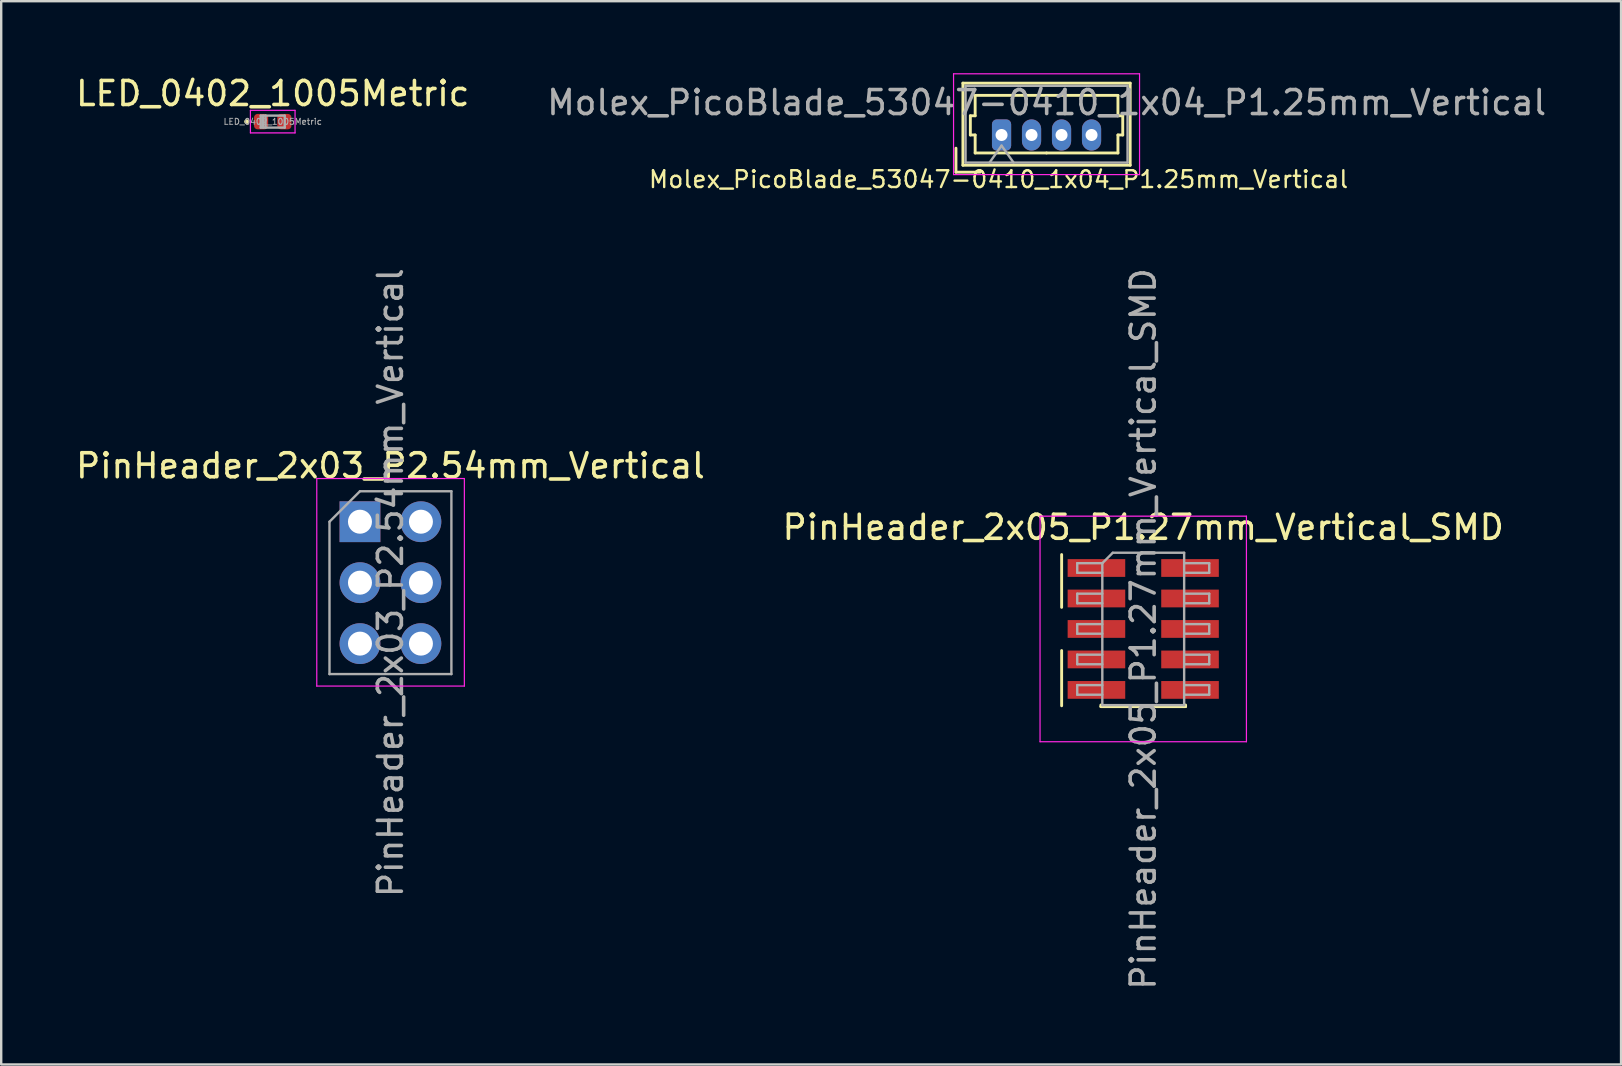
<source format=kicad_pcb>
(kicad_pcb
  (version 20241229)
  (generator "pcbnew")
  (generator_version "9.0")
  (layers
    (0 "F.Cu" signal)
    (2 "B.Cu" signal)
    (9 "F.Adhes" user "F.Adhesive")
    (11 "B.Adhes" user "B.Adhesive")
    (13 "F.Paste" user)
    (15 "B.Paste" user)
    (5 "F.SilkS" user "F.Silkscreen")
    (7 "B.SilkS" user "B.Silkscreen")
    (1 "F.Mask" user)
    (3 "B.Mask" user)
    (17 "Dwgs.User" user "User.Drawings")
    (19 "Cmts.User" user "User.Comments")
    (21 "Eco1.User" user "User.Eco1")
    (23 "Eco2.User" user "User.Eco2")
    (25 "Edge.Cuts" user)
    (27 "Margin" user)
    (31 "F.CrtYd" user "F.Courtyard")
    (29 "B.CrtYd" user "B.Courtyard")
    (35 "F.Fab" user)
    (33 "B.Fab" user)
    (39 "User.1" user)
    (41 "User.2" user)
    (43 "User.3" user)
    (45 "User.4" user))
  (footprint "Molex_PicoBlade_53047-0410_1x04_P1.25mm_Vertical"
    (layer "F.Cu")
    (at 38.685 2.575)
    (property "Reference" "Molex_PicoBlade_53047-0410_1x04_P1.25mm_Vertical" (at -0.125 1.85 0) (layer "F.SilkS") (effects (font (size 0.7 0.7) (thickness 0.1))))
    (attr through_hole)
    (fp_line (start -1.9 1.55) (end -1.9 0.55) (stroke (width 0.12) (type solid)) (layer "F.SilkS"))
    (fp_line (start -1.9 1.55) (end -0.9 1.55) (stroke (width 0.12) (type solid)) (layer "F.SilkS"))
    (fp_line (start -1.61 -2.16) (end -1.61 1.26) (stroke (width 0.12) (type solid)) (layer "F.SilkS"))
    (fp_line (start -1.61 1.26) (end 5.36 1.26) (stroke (width 0.12) (type solid)) (layer "F.SilkS"))
    (fp_line (start -1.3 -0.8) (end -1.1 -0.8) (stroke (width 0.12) (type solid)) (layer "F.SilkS"))
    (fp_line (start -1.3 0) (end -1.3 -0.8) (stroke (width 0.12) (type solid)) (layer "F.SilkS"))
    (fp_line (start -1.1 -1.65) (end 1.875 -1.65) (stroke (width 0.12) (type solid)) (layer "F.SilkS"))
    (fp_line (start -1.1 -0.8) (end -1.1 -1.65) (stroke (width 0.12) (type solid)) (layer "F.SilkS"))
    (fp_line (start -1.1 0) (end -1.3 0) (stroke (width 0.12) (type solid)) (layer "F.SilkS"))
    (fp_line (start -1.1 0.75) (end -1.1 0) (stroke (width 0.12) (type solid)) (layer "F.SilkS"))
    (fp_line (start 1.875 0.75) (end -1.1 0.75) (stroke (width 0.12) (type solid)) (layer "F.SilkS"))
    (fp_line (start 1.875 0.75) (end 4.85 0.75) (stroke (width 0.12) (type solid)) (layer "F.SilkS"))
    (fp_line (start 4.85 -1.65) (end 1.875 -1.65) (stroke (width 0.12) (type solid)) (layer "F.SilkS"))
    (fp_line (start 4.85 -0.8) (end 4.85 -1.65) (stroke (width 0.12) (type solid)) (layer "F.SilkS"))
    (fp_line (start 4.85 0) (end 5.05 0) (stroke (width 0.12) (type solid)) (layer "F.SilkS"))
    (fp_line (start 4.85 0.75) (end 4.85 0) (stroke (width 0.12) (type solid)) (layer "F.SilkS"))
    (fp_line (start 5.05 -0.8) (end 4.85 -0.8) (stroke (width 0.12) (type solid)) (layer "F.SilkS"))
    (fp_line (start 5.05 0) (end 5.05 -0.8) (stroke (width 0.12) (type solid)) (layer "F.SilkS"))
    (fp_line (start 5.36 -2.16) (end -1.61 -2.16) (stroke (width 0.12) (type solid)) (layer "F.SilkS"))
    (fp_line (start 5.36 1.26) (end 5.36 -2.16) (stroke (width 0.12) (type solid)) (layer "F.SilkS"))
    (fp_line (start -2 -2.55) (end -2 1.65) (stroke (width 0.05) (type solid)) (layer "F.CrtYd"))
    (fp_line (start -2 1.65) (end 5.75 1.65) (stroke (width 0.05) (type solid)) (layer "F.CrtYd"))
    (fp_line (start 5.75 -2.55) (end -2 -2.55) (stroke (width 0.05) (type solid)) (layer "F.CrtYd"))
    (fp_line (start 5.75 1.65) (end 5.75 -2.55) (stroke (width 0.05) (type solid)) (layer "F.CrtYd"))
    (fp_line (start -1.5 -2.05) (end -1.5 1.15) (stroke (width 0.1) (type solid)) (layer "F.Fab"))
    (fp_line (start -1.5 1.15) (end 5.25 1.15) (stroke (width 0.1) (type solid)) (layer "F.Fab"))
    (fp_line (start -0.5 1.15) (end 0 0.443) (stroke (width 0.1) (type solid)) (layer "F.Fab"))
    (fp_line (start 0 0.443) (end 0.5 1.15) (stroke (width 0.1) (type solid)) (layer "F.Fab"))
    (fp_line (start 5.25 -2.05) (end -1.5 -2.05) (stroke (width 0.1) (type solid)) (layer "F.Fab"))
    (fp_line (start 5.25 1.15) (end 5.25 -2.05) (stroke (width 0.1) (type solid)) (layer "F.Fab"))
    (fp_text user "${REFERENCE}" (at 1.88 -1.35 0) (layer "F.Fab") (effects (font (size 1 1) (thickness 0.15))))
    (pad "1" thru_hole roundrect (at 0 0) (size 0.8 1.3) (drill 0.5) (layers "*.Cu" "*.Mask") (roundrect_rratio 0.25))
    (pad "2" thru_hole oval (at 1.25 0) (size 0.8 1.3) (drill 0.5) (layers "*.Cu" "*.Mask"))
    (pad "3" thru_hole oval (at 2.5 0) (size 0.8 1.3) (drill 0.5) (layers "*.Cu" "*.Mask"))
    (pad "4" thru_hole oval (at 3.75 0) (size 0.8 1.3) (drill 0.5) (layers "*.Cu" "*.Mask")))
  (footprint "PinHeader_2x03_P2.54mm_Vertical"
    (layer "F.Cu")
    (at 11.95 18.69)
    (property "Reference" "PinHeader_2x03_P2.54mm_Vertical" (at 1.27 -2.33 0) (layer "F.SilkS") (effects (font (size 1 1) (thickness 0.15))))
    (attr through_hole)
    (fp_line (start -1.8 -1.8) (end -1.8 6.85) (stroke (width 0.05) (type solid)) (layer "F.CrtYd"))
    (fp_line (start -1.8 6.85) (end 4.35 6.85) (stroke (width 0.05) (type solid)) (layer "F.CrtYd"))
    (fp_line (start 4.35 -1.8) (end -1.8 -1.8) (stroke (width 0.05) (type solid)) (layer "F.CrtYd"))
    (fp_line (start 4.35 6.85) (end 4.35 -1.8) (stroke (width 0.05) (type solid)) (layer "F.CrtYd"))
    (fp_line (start -1.27 0) (end 0 -1.27) (stroke (width 0.1) (type solid)) (layer "F.Fab"))
    (fp_line (start -1.27 6.35) (end -1.27 0) (stroke (width 0.1) (type solid)) (layer "F.Fab"))
    (fp_line (start 0 -1.27) (end 3.81 -1.27) (stroke (width 0.1) (type solid)) (layer "F.Fab"))
    (fp_line (start 3.81 -1.27) (end 3.81 6.35) (stroke (width 0.1) (type solid)) (layer "F.Fab"))
    (fp_line (start 3.81 6.35) (end -1.27 6.35) (stroke (width 0.1) (type solid)) (layer "F.Fab"))
    (fp_text user "${REFERENCE}" (at 1.27 2.54 90) (layer "F.Fab") (effects (font (size 1 1) (thickness 0.15))))
    (pad "1" thru_hole rect (at 0 0) (size 1.7 1.7) (drill 1) (layers "*.Cu" "*.Mask"))
    (pad "2" thru_hole oval (at 2.54 0) (size 1.7 1.7) (drill 1) (layers "*.Cu" "*.Mask"))
    (pad "3" thru_hole oval (at 0 2.54) (size 1.7 1.7) (drill 1) (layers "*.Cu" "*.Mask"))
    (pad "4" thru_hole oval (at 2.54 2.54) (size 1.7 1.7) (drill 1) (layers "*.Cu" "*.Mask"))
    (pad "5" thru_hole oval (at 0 5.08) (size 1.7 1.7) (drill 1) (layers "*.Cu" "*.Mask"))
    (pad "6" thru_hole oval (at 2.54 5.08) (size 1.7 1.7) (drill 1) (layers "*.Cu" "*.Mask")))
  (footprint "LED_0402_1005Metric"
    (layer "F.Cu")
    (at 8.315 2.018)
    (property "Reference" "LED_0402_1005Metric" (at 0 -1.17 0) (layer "F.SilkS") (effects (font (size 1 1) (thickness 0.15))))
    (attr smd)
    (fp_circle (center -1.09 0) (end -1.04 0) (stroke (width 0.1) (type solid)) (fill no) (layer "F.SilkS"))
    (fp_line (start -0.93 -0.47) (end 0.93 -0.47) (stroke (width 0.05) (type solid)) (layer "F.CrtYd"))
    (fp_line (start -0.93 0.47) (end -0.93 -0.47) (stroke (width 0.05) (type solid)) (layer "F.CrtYd"))
    (fp_line (start 0.93 -0.47) (end 0.93 0.47) (stroke (width 0.05) (type solid)) (layer "F.CrtYd"))
    (fp_line (start 0.93 0.47) (end -0.93 0.47) (stroke (width 0.05) (type solid)) (layer "F.CrtYd"))
    (fp_line (start -0.5 -0.25) (end 0.5 -0.25) (stroke (width 0.1) (type solid)) (layer "F.Fab"))
    (fp_line (start -0.5 0.25) (end -0.5 -0.25) (stroke (width 0.1) (type solid)) (layer "F.Fab"))
    (fp_line (start -0.4 0.25) (end -0.4 -0.25) (stroke (width 0.1) (type solid)) (layer "F.Fab"))
    (fp_line (start -0.3 0.25) (end -0.3 -0.25) (stroke (width 0.1) (type solid)) (layer "F.Fab"))
    (fp_line (start 0.5 -0.25) (end 0.5 0.25) (stroke (width 0.1) (type solid)) (layer "F.Fab"))
    (fp_line (start 0.5 0.25) (end -0.5 0.25) (stroke (width 0.1) (type solid)) (layer "F.Fab"))
    (fp_text user "${REFERENCE}" (at 0 0 0) (layer "F.Fab") (effects (font (size 0.25 0.25) (thickness 0.04))))
    (pad "1" smd roundrect (at -0.485 0) (size 0.59 0.64) (layers "F.Cu" "F.Mask" "F.Paste") (roundrect_rratio 0.25))
    (pad "2" smd roundrect (at 0.485 0) (size 0.59 0.64) (layers "F.Cu" "F.Mask" "F.Paste") (roundrect_rratio 0.25)))
  (footprint "PinHeader_2x05_P1.27mm_Vertical_SMD"
    (layer "F.Cu")
    (at 44.589 23.159)
    (property "Reference" "PinHeader_2x05_P1.27mm_Vertical_SMD" (at 0 -4.235 0) (layer "F.SilkS") (effects (font (size 1 1) (thickness 0.15))))
    (attr smd)
    (fp_line (start -3.4 -3.1) (end -3.4 -0.9) (stroke (width 0.12) (type solid)) (layer "F.SilkS"))
    (fp_line (start -3.4 0.9) (end -3.4 3.2) (stroke (width 0.12) (type solid)) (layer "F.SilkS"))
    (fp_line (start -1.765 3.17) (end -1.765 3.235) (stroke (width 0.12) (type solid)) (layer "F.SilkS"))
    (fp_line (start -1.765 3.235) (end 1.765 3.235) (stroke (width 0.12) (type solid)) (layer "F.SilkS"))
    (fp_line (start 1.765 3.17) (end 1.765 3.235) (stroke (width 0.12) (type solid)) (layer "F.SilkS"))
    (fp_line (start -4.3 -4.7) (end -4.3 4.7) (stroke (width 0.05) (type solid)) (layer "F.CrtYd"))
    (fp_line (start -4.3 4.7) (end 4.3 4.7) (stroke (width 0.05) (type solid)) (layer "F.CrtYd"))
    (fp_line (start 4.3 -4.7) (end -4.3 -4.7) (stroke (width 0.05) (type solid)) (layer "F.CrtYd"))
    (fp_line (start 4.3 4.7) (end 4.3 -4.7) (stroke (width 0.05) (type solid)) (layer "F.CrtYd"))
    (fp_line (start -2.75 -2.74) (end -2.75 -2.34) (stroke (width 0.1) (type solid)) (layer "F.Fab"))
    (fp_line (start -2.75 -2.34) (end -1.705 -2.34) (stroke (width 0.1) (type solid)) (layer "F.Fab"))
    (fp_line (start -2.75 -1.47) (end -2.75 -1.07) (stroke (width 0.1) (type solid)) (layer "F.Fab"))
    (fp_line (start -2.75 -1.07) (end -1.705 -1.07) (stroke (width 0.1) (type solid)) (layer "F.Fab"))
    (fp_line (start -2.75 -0.2) (end -2.75 0.2) (stroke (width 0.1) (type solid)) (layer "F.Fab"))
    (fp_line (start -2.75 0.2) (end -1.705 0.2) (stroke (width 0.1) (type solid)) (layer "F.Fab"))
    (fp_line (start -2.75 1.07) (end -2.75 1.47) (stroke (width 0.1) (type solid)) (layer "F.Fab"))
    (fp_line (start -2.75 1.47) (end -1.705 1.47) (stroke (width 0.1) (type solid)) (layer "F.Fab"))
    (fp_line (start -2.75 2.34) (end -2.75 2.74) (stroke (width 0.1) (type solid)) (layer "F.Fab"))
    (fp_line (start -2.75 2.74) (end -1.705 2.74) (stroke (width 0.1) (type solid)) (layer "F.Fab"))
    (fp_line (start -1.705 -2.74) (end -2.75 -2.74) (stroke (width 0.1) (type solid)) (layer "F.Fab"))
    (fp_line (start -1.705 -2.74) (end -1.27 -3.175) (stroke (width 0.1) (type solid)) (layer "F.Fab"))
    (fp_line (start -1.705 -1.47) (end -2.75 -1.47) (stroke (width 0.1) (type solid)) (layer "F.Fab"))
    (fp_line (start -1.705 -0.2) (end -2.75 -0.2) (stroke (width 0.1) (type solid)) (layer "F.Fab"))
    (fp_line (start -1.705 1.07) (end -2.75 1.07) (stroke (width 0.1) (type solid)) (layer "F.Fab"))
    (fp_line (start -1.705 2.34) (end -2.75 2.34) (stroke (width 0.1) (type solid)) (layer "F.Fab"))
    (fp_line (start -1.705 3.175) (end -1.705 -2.74) (stroke (width 0.1) (type solid)) (layer "F.Fab"))
    (fp_line (start -1.27 -3.175) (end 1.705 -3.175) (stroke (width 0.1) (type solid)) (layer "F.Fab"))
    (fp_line (start 1.705 -3.175) (end 1.705 3.175) (stroke (width 0.1) (type solid)) (layer "F.Fab"))
    (fp_line (start 1.705 -2.74) (end 2.75 -2.74) (stroke (width 0.1) (type solid)) (layer "F.Fab"))
    (fp_line (start 1.705 -1.47) (end 2.75 -1.47) (stroke (width 0.1) (type solid)) (layer "F.Fab"))
    (fp_line (start 1.705 -0.2) (end 2.75 -0.2) (stroke (width 0.1) (type solid)) (layer "F.Fab"))
    (fp_line (start 1.705 1.07) (end 2.75 1.07) (stroke (width 0.1) (type solid)) (layer "F.Fab"))
    (fp_line (start 1.705 2.34) (end 2.75 2.34) (stroke (width 0.1) (type solid)) (layer "F.Fab"))
    (fp_line (start 1.705 3.175) (end -1.705 3.175) (stroke (width 0.1) (type solid)) (layer "F.Fab"))
    (fp_line (start 2.75 -2.74) (end 2.75 -2.34) (stroke (width 0.1) (type solid)) (layer "F.Fab"))
    (fp_line (start 2.75 -2.34) (end 1.705 -2.34) (stroke (width 0.1) (type solid)) (layer "F.Fab"))
    (fp_line (start 2.75 -1.47) (end 2.75 -1.07) (stroke (width 0.1) (type solid)) (layer "F.Fab"))
    (fp_line (start 2.75 -1.07) (end 1.705 -1.07) (stroke (width 0.1) (type solid)) (layer "F.Fab"))
    (fp_line (start 2.75 -0.2) (end 2.75 0.2) (stroke (width 0.1) (type solid)) (layer "F.Fab"))
    (fp_line (start 2.75 0.2) (end 1.705 0.2) (stroke (width 0.1) (type solid)) (layer "F.Fab"))
    (fp_line (start 2.75 1.07) (end 2.75 1.47) (stroke (width 0.1) (type solid)) (layer "F.Fab"))
    (fp_line (start 2.75 1.47) (end 1.705 1.47) (stroke (width 0.1) (type solid)) (layer "F.Fab"))
    (fp_line (start 2.75 2.34) (end 2.75 2.74) (stroke (width 0.1) (type solid)) (layer "F.Fab"))
    (fp_line (start 2.75 2.74) (end 1.705 2.74) (stroke (width 0.1) (type solid)) (layer "F.Fab"))
    (fp_text user "${REFERENCE}" (at 0 0 90) (layer "F.Fab") (effects (font (size 1 1) (thickness 0.15))))
    (pad "1" smd rect (at -1.95 -2.54) (size 2.4 0.74) (layers "F.Cu" "F.Mask" "F.Paste"))
    (pad "2" smd rect (at 1.95 -2.54) (size 2.4 0.74) (layers "F.Cu" "F.Mask" "F.Paste"))
    (pad "3" smd rect (at -1.95 -1.27) (size 2.4 0.74) (layers "F.Cu" "F.Mask" "F.Paste"))
    (pad "4" smd rect (at 1.95 -1.27) (size 2.4 0.74) (layers "F.Cu" "F.Mask" "F.Paste"))
    (pad "5" smd rect (at -1.95 0) (size 2.4 0.74) (layers "F.Cu" "F.Mask" "F.Paste"))
    (pad "6" smd rect (at 1.95 0) (size 2.4 0.74) (layers "F.Cu" "F.Mask" "F.Paste"))
    (pad "7" smd rect (at -1.95 1.27) (size 2.4 0.74) (layers "F.Cu" "F.Mask" "F.Paste"))
    (pad "8" smd rect (at 1.95 1.27) (size 2.4 0.74) (layers "F.Cu" "F.Mask" "F.Paste"))
    (pad "9" smd rect (at -1.95 2.54) (size 2.4 0.74) (layers "F.Cu" "F.Mask" "F.Paste"))
    (pad "10" smd rect (at 1.95 2.54) (size 2.4 0.74) (layers "F.Cu" "F.Mask" "F.Paste")))
  (gr_rect
    (start -3 -3)
    (end 64.5 41.308)
    (stroke (width 0.1) (type default))
    (fill no)
    (layer "Edge.Cuts")))
</source>
